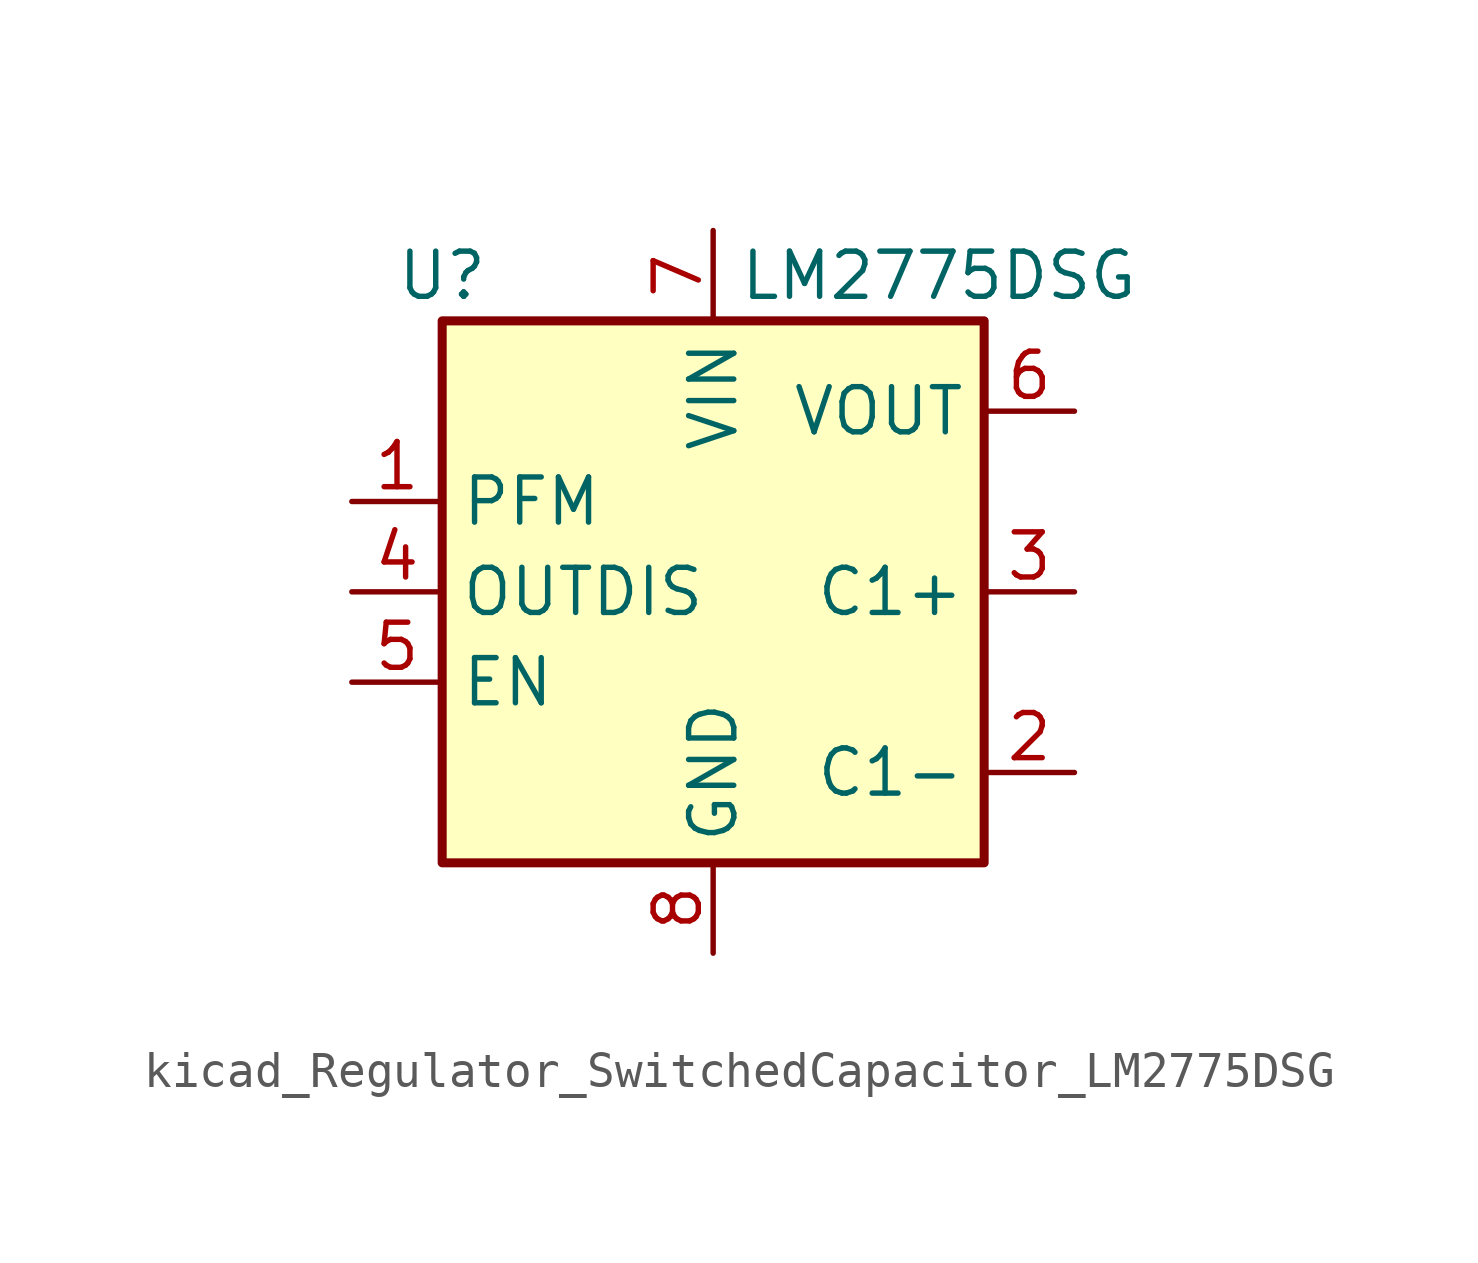
<source format=kicad_sym>
(kicad_symbol_lib
  (version 20220914)
  (generator kicad_symbol_editor)
  (symbol "kicad_Regulator_SwitchedCapacitor_LM2775DSG"
    (property "Reference" "U"
      (at -7.62 8.89 0)
      (effects (font (size 1.27 1.27))))
    (property "Value" "LM2775DSG"
      (at 6.35 8.89 0)
      (effects (font (size 1.27 1.27))))
    (symbol "kicad_Regulator_SwitchedCapacitor_LM2775DSG_0_1"
      (rectangle (start -7.62 7.62) (end 7.62 -7.62) (stroke (width 0.254) (type default)) (fill (type background))))
    (symbol "kicad_Regulator_SwitchedCapacitor_LM2775DSG_1_1"
      (pin input line (at -10.16 2.54 0) (length 2.54) (name "PFM" (effects (font (size 1.27 1.27)))) (number "1" (effects (font (size 1.27 1.27)))))
      (pin passive line (at 10.16 -5.08 180) (length 2.54) (name "C1-" (effects (font (size 1.27 1.27)))) (number "2" (effects (font (size 1.27 1.27)))))
      (pin passive line (at 10.16 0 180) (length 2.54) (name "C1+" (effects (font (size 1.27 1.27)))) (number "3" (effects (font (size 1.27 1.27)))))
      (pin input line (at -10.16 0 0) (length 2.54) (name "OUTDIS" (effects (font (size 1.27 1.27)))) (number "4" (effects (font (size 1.27 1.27)))))
      (pin input line (at -10.16 -2.54 0) (length 2.54) (name "EN" (effects (font (size 1.27 1.27)))) (number "5" (effects (font (size 1.27 1.27)))))
      (pin power_out line (at 10.16 5.08 180) (length 2.54) (name "VOUT" (effects (font (size 1.27 1.27)))) (number "6" (effects (font (size 1.27 1.27)))))
      (pin power_in line (at 0 10.16 270) (length 2.54) (name "VIN" (effects (font (size 1.27 1.27)))) (number "7" (effects (font (size 1.27 1.27)))))
      (pin power_in line (at 0 -10.16 90) (length 2.54) (name "GND" (effects (font (size 1.27 1.27)))) (number "8" (effects (font (size 1.27 1.27)))))
      (pin passive line (at 0 -10.16 90) (length 2.54) hide (name "GND" (effects (font (size 1.27 1.27)))) (number "9" (effects (font (size 1.27 1.27))))))))
</source>
